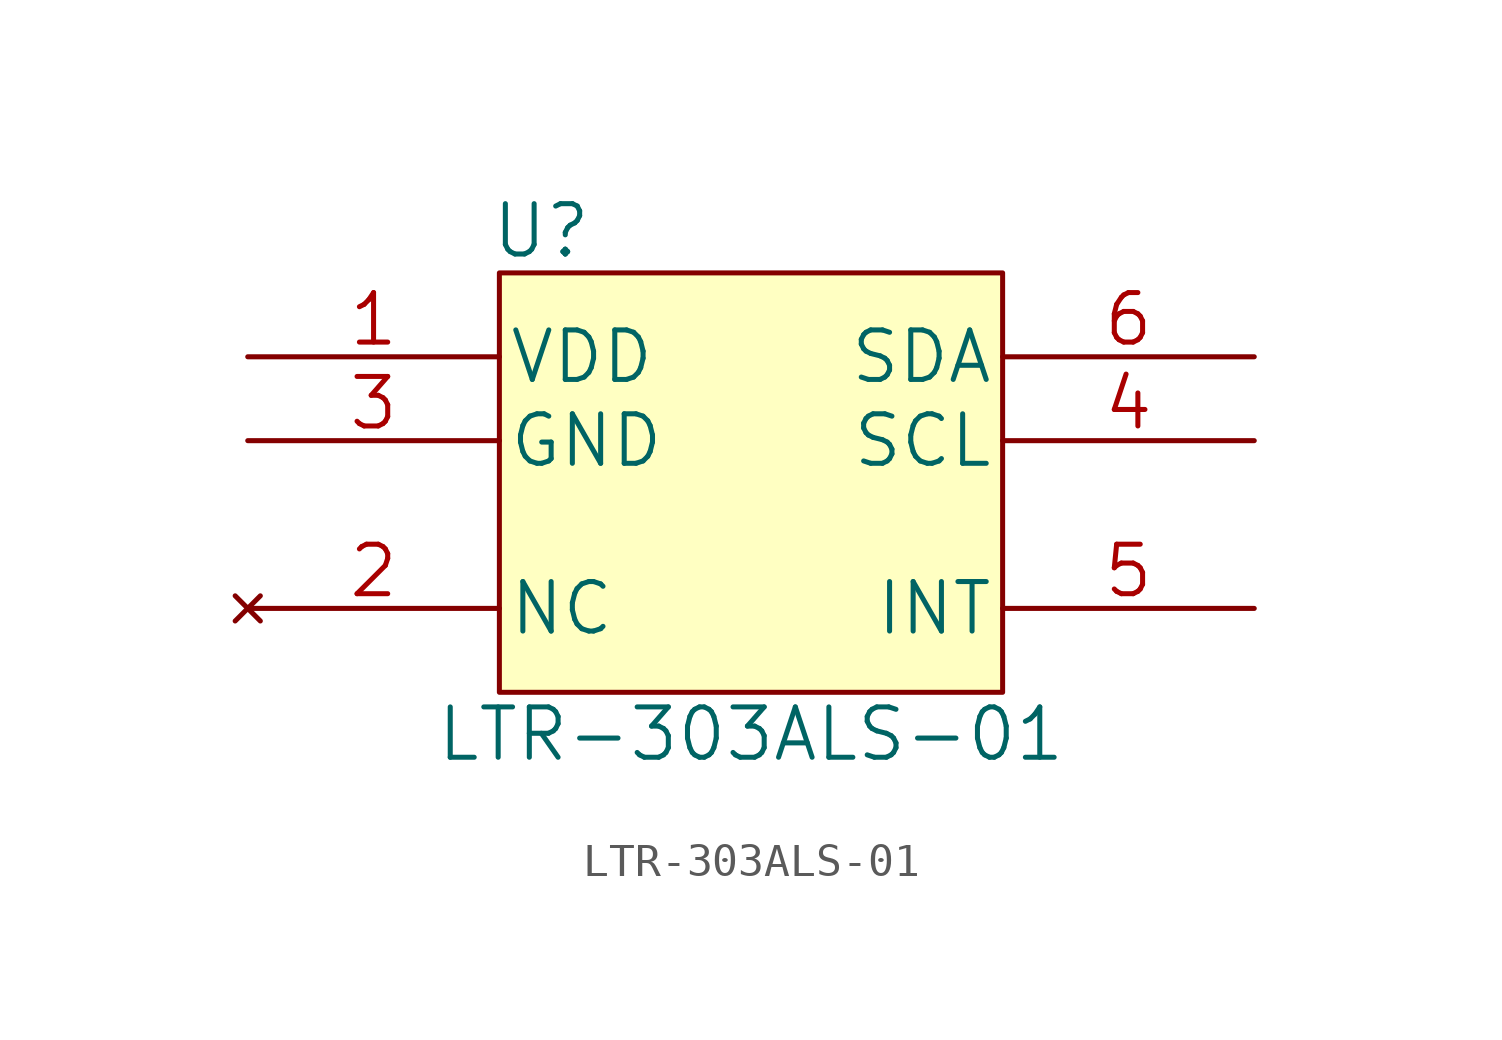
<source format=kicad_sym>
(kicad_symbol_lib
  (version 20201005)
  (generator kicad_symbol_editor)
  (symbol "LTR303ALS:LTR-303ALS-01"
    (pin_names
      (offset 0.254))
    (property "Reference" "U"
      (at -6.35 6.35 0)
      (effects (font (size 1.524 1.524))))
    (property "Value" "LTR-303ALS-01"
      (at 0 -8.89 0)
      (effects (font (size 1.524 1.524))))
    (property "Datasheet" ""
      (at -15.24 2.54 0)
      (effects (font (size 1.524 1.524))))
    (property "ki_locked" ""
      (at 0 0 0)
      (effects (font (size 1.27 1.27))))
    (symbol "LTR-303ALS-01_1_1"
      (rectangle (start -7.62 -7.62) (end 7.62 5.08) (stroke (width 0.152)) (fill (type background)))
      (pin power_in line (at -15.24 2.54 0) (length 7.62) (name "VDD" (effects (font (size 1.499 1.499)))) (number "1" (effects (font (size 1.499 1.499)))))
      (pin no_connect line (at -15.24 -5.08 0) (length 7.62) (name "NC" (effects (font (size 1.499 1.499)))) (number "2" (effects (font (size 1.499 1.499)))))
      (pin power_in line (at -15.24 0 0) (length 7.62) (name "GND" (effects (font (size 1.499 1.499)))) (number "3" (effects (font (size 1.499 1.499)))))
      (pin input line (at 15.24 0 180) (length 7.62) (name "SCL" (effects (font (size 1.499 1.499)))) (number "4" (effects (font (size 1.499 1.499)))))
      (pin output line (at 15.24 -5.08 180) (length 7.62) (name "INT" (effects (font (size 1.499 1.499)))) (number "5" (effects (font (size 1.499 1.499)))))
      (pin bidirectional line (at 15.24 2.54 180) (length 7.62) (name "SDA" (effects (font (size 1.499 1.499)))) (number "6" (effects (font (size 1.499 1.499))))))))
</source>
